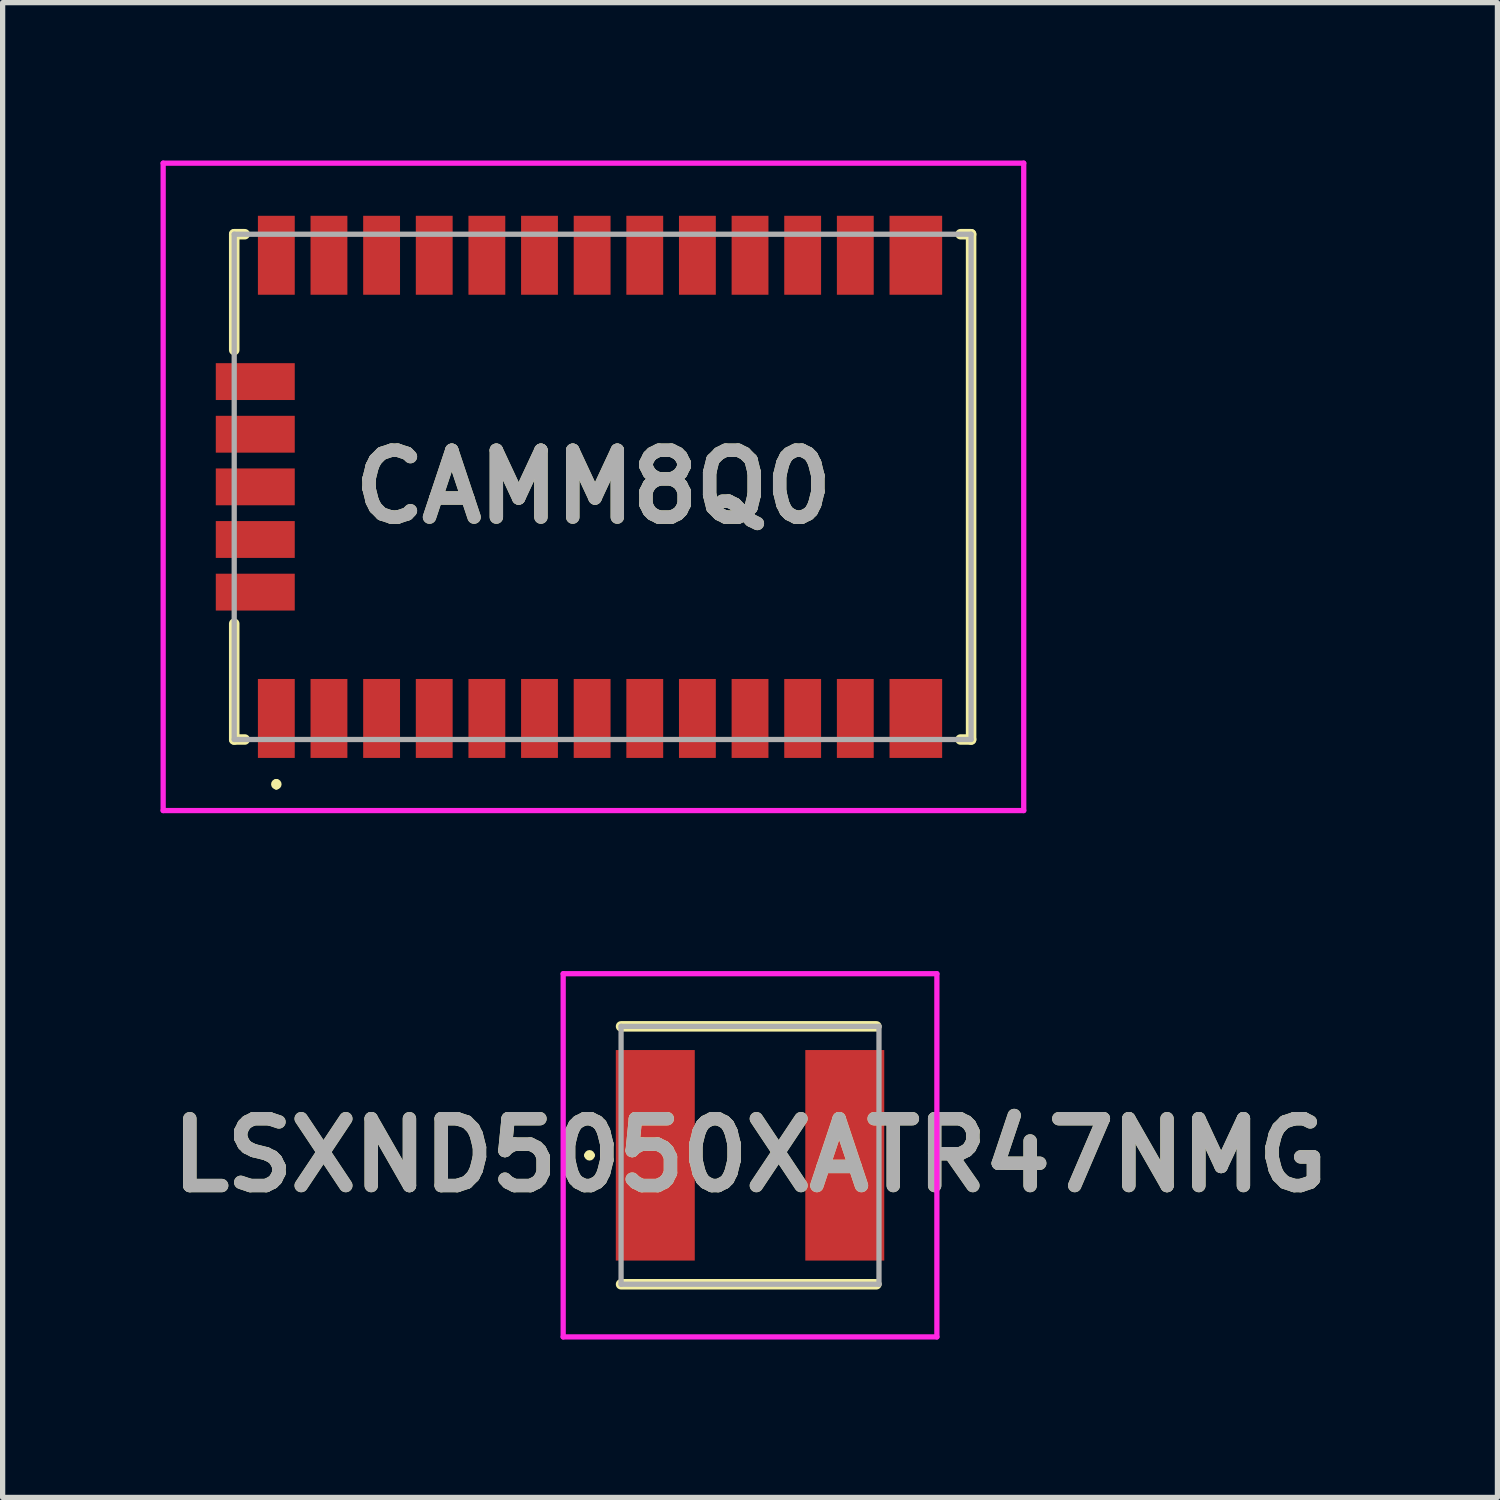
<source format=kicad_pcb>
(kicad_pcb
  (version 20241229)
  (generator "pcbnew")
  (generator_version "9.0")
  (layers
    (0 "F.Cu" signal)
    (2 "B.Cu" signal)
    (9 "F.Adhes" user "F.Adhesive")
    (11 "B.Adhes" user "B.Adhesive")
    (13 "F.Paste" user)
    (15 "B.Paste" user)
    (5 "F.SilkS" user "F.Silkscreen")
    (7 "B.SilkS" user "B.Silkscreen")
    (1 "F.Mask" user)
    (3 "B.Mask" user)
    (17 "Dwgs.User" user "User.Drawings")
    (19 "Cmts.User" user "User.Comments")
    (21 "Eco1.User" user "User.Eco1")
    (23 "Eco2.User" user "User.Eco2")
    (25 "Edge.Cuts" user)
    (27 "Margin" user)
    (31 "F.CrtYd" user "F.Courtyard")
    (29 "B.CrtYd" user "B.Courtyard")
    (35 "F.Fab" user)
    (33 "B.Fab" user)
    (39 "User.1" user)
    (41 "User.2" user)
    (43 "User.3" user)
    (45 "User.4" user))
  (footprint "CAMM8Q0"
    (layer "F.Cu")
    (at 8.4 6.2)
    (property "Reference" "CAMM8Q0" (at -0.175 0 0) (layer "F.SilkS") (effects (font (size 1.27 1.27) (thickness 0.254))))
    (attr smd)
    (fp_line (start -7 -4.8) (end -7 -2.6) (stroke (width 0.2) (type solid)) (layer "F.SilkS"))
    (fp_line (start -7 2.6) (end -7 4.8) (stroke (width 0.2) (type solid)) (layer "F.SilkS"))
    (fp_line (start -7 4.8) (end -6.8 4.8) (stroke (width 0.2) (type solid)) (layer "F.SilkS"))
    (fp_line (start -6.8 -4.8) (end -7 -4.8) (stroke (width 0.2) (type solid)) (layer "F.SilkS"))
    (fp_line (start -6.2 5.6) (end -6.2 5.6) (stroke (width 0.1) (type solid)) (layer "F.SilkS"))
    (fp_line (start -6.2 5.7) (end -6.2 5.7) (stroke (width 0.1) (type solid)) (layer "F.SilkS"))
    (fp_line (start 6.8 -4.8) (end 7 -4.8) (stroke (width 0.2) (type solid)) (layer "F.SilkS"))
    (fp_line (start 7 -4.8) (end 7 4.8) (stroke (width 0.2) (type solid)) (layer "F.SilkS"))
    (fp_line (start 7 4.8) (end 6.8 4.8) (stroke (width 0.2) (type solid)) (layer "F.SilkS"))
    (fp_arc (start -6.2 5.6) (mid -6.15 5.65) (end -6.2 5.7) (stroke (width 0.1) (type solid)) (layer "F.SilkS"))
    (fp_arc (start -6.2 5.7) (mid -6.25 5.65) (end -6.2 5.6) (stroke (width 0.1) (type solid)) (layer "F.SilkS"))
    (fp_line (start -8.35 -6.15) (end 8 -6.15) (stroke (width 0.1) (type solid)) (layer "F.CrtYd"))
    (fp_line (start -8.35 6.15) (end -8.35 -6.15) (stroke (width 0.1) (type solid)) (layer "F.CrtYd"))
    (fp_line (start 8 -6.15) (end 8 6.15) (stroke (width 0.1) (type solid)) (layer "F.CrtYd"))
    (fp_line (start 8 6.15) (end -8.35 6.15) (stroke (width 0.1) (type solid)) (layer "F.CrtYd"))
    (fp_line (start -7 -4.8) (end 7 -4.8) (stroke (width 0.1) (type solid)) (layer "F.Fab"))
    (fp_line (start -7 4.8) (end -7 -4.8) (stroke (width 0.1) (type solid)) (layer "F.Fab"))
    (fp_line (start 7 -4.8) (end 7 4.8) (stroke (width 0.1) (type solid)) (layer "F.Fab"))
    (fp_line (start 7 4.8) (end -7 4.8) (stroke (width 0.1) (type solid)) (layer "F.Fab"))
    (fp_text user "${REFERENCE}" (at -0.175 0 0) (layer "F.Fab") (effects (font (size 1.27 1.27) (thickness 0.254))))
    (pad "1" smd rect (at -6.2 4.4) (size 0.7 1.5) (layers "F.Cu" "F.Mask" "F.Paste"))
    (pad "2" smd rect (at -5.2 4.4) (size 0.7 1.5) (layers "F.Cu" "F.Mask" "F.Paste"))
    (pad "3" smd rect (at -4.2 4.4) (size 0.7 1.5) (layers "F.Cu" "F.Mask" "F.Paste"))
    (pad "4" smd rect (at -3.2 4.4) (size 0.7 1.5) (layers "F.Cu" "F.Mask" "F.Paste"))
    (pad "5" smd rect (at -2.2 4.4) (size 0.7 1.5) (layers "F.Cu" "F.Mask" "F.Paste"))
    (pad "6" smd rect (at -1.2 4.4) (size 0.7 1.5) (layers "F.Cu" "F.Mask" "F.Paste"))
    (pad "7" smd rect (at -0.2 4.4) (size 0.7 1.5) (layers "F.Cu" "F.Mask" "F.Paste"))
    (pad "8" smd rect (at 0.8 4.4) (size 0.7 1.5) (layers "F.Cu" "F.Mask" "F.Paste"))
    (pad "9" smd rect (at 1.8 4.4) (size 0.7 1.5) (layers "F.Cu" "F.Mask" "F.Paste"))
    (pad "10" smd rect (at 2.8 4.4) (size 0.7 1.5) (layers "F.Cu" "F.Mask" "F.Paste"))
    (pad "11" smd rect (at 3.8 4.4) (size 0.7 1.5) (layers "F.Cu" "F.Mask" "F.Paste"))
    (pad "12" smd rect (at 4.8 4.4) (size 0.7 1.5) (layers "F.Cu" "F.Mask" "F.Paste"))
    (pad "13" smd rect (at 5.95 4.4) (size 1 1.5) (layers "F.Cu" "F.Mask" "F.Paste"))
    (pad "14" smd rect (at 5.95 -4.4) (size 1 1.5) (layers "F.Cu" "F.Mask" "F.Paste"))
    (pad "15" smd rect (at 4.8 -4.4) (size 0.7 1.5) (layers "F.Cu" "F.Mask" "F.Paste"))
    (pad "16" smd rect (at 3.8 -4.4) (size 0.7 1.5) (layers "F.Cu" "F.Mask" "F.Paste"))
    (pad "17" smd rect (at 2.8 -4.4) (size 0.7 1.5) (layers "F.Cu" "F.Mask" "F.Paste"))
    (pad "18" smd rect (at 1.8 -4.4) (size 0.7 1.5) (layers "F.Cu" "F.Mask" "F.Paste"))
    (pad "19" smd rect (at 0.8 -4.4) (size 0.7 1.5) (layers "F.Cu" "F.Mask" "F.Paste"))
    (pad "20" smd rect (at -0.2 -4.4) (size 0.7 1.5) (layers "F.Cu" "F.Mask" "F.Paste"))
    (pad "21" smd rect (at -1.2 -4.4) (size 0.7 1.5) (layers "F.Cu" "F.Mask" "F.Paste"))
    (pad "22" smd rect (at -2.2 -4.4) (size 0.7 1.5) (layers "F.Cu" "F.Mask" "F.Paste"))
    (pad "23" smd rect (at -3.2 -4.4) (size 0.7 1.5) (layers "F.Cu" "F.Mask" "F.Paste"))
    (pad "24" smd rect (at -4.2 -4.4) (size 0.7 1.5) (layers "F.Cu" "F.Mask" "F.Paste"))
    (pad "25" smd rect (at -5.2 -4.4) (size 0.7 1.5) (layers "F.Cu" "F.Mask" "F.Paste"))
    (pad "26" smd rect (at -6.2 -4.4) (size 0.7 1.5) (layers "F.Cu" "F.Mask" "F.Paste"))
    (pad "27" smd rect (at -6.6 -2 90) (size 0.7 1.5) (layers "F.Cu" "F.Mask" "F.Paste"))
    (pad "28" smd rect (at -6.6 -1 90) (size 0.7 1.5) (layers "F.Cu" "F.Mask" "F.Paste"))
    (pad "29" smd rect (at -6.6 0 90) (size 0.7 1.5) (layers "F.Cu" "F.Mask" "F.Paste"))
    (pad "30" smd rect (at -6.6 1 90) (size 0.7 1.5) (layers "F.Cu" "F.Mask" "F.Paste"))
    (pad "31" smd rect (at -6.6 2 90) (size 0.7 1.5) (layers "F.Cu" "F.Mask" "F.Paste")))
  (footprint "LSXND5050XATR47NMG"
    (layer "F.Cu")
    (at 11.2 18.9)
    (property "Reference" "LSXND5050XATR47NMG" (at 0 0 0) (layer "F.SilkS") (effects (font (size 1.27 1.27) (thickness 0.254))))
    (attr smd)
    (fp_line (start -3.1 0) (end -3.1 0) (stroke (width 0.1) (type solid)) (layer "F.SilkS"))
    (fp_line (start -3 0) (end -3 0) (stroke (width 0.1) (type solid)) (layer "F.SilkS"))
    (fp_line (start -2.45 -2.45) (end 2.4 -2.45) (stroke (width 0.2) (type solid)) (layer "F.SilkS"))
    (fp_line (start -2.45 2.45) (end 2.4 2.45) (stroke (width 0.2) (type solid)) (layer "F.SilkS"))
    (fp_arc (start -3.1 0) (mid -3.05 -0.05) (end -3 0) (stroke (width 0.1) (type solid)) (layer "F.SilkS"))
    (fp_arc (start -3 0) (mid -3.05 0.05) (end -3.1 0) (stroke (width 0.1) (type solid)) (layer "F.SilkS"))
    (fp_line (start -3.55 -3.45) (end 3.55 -3.45) (stroke (width 0.1) (type solid)) (layer "F.CrtYd"))
    (fp_line (start -3.55 3.45) (end -3.55 -3.45) (stroke (width 0.1) (type solid)) (layer "F.CrtYd"))
    (fp_line (start 3.55 -3.45) (end 3.55 3.45) (stroke (width 0.1) (type solid)) (layer "F.CrtYd"))
    (fp_line (start 3.55 3.45) (end -3.55 3.45) (stroke (width 0.1) (type solid)) (layer "F.CrtYd"))
    (fp_line (start -2.45 -2.45) (end 2.45 -2.45) (stroke (width 0.1) (type solid)) (layer "F.Fab"))
    (fp_line (start -2.45 2.45) (end -2.45 -2.45) (stroke (width 0.1) (type solid)) (layer "F.Fab"))
    (fp_line (start 2.45 -2.45) (end 2.45 2.45) (stroke (width 0.1) (type solid)) (layer "F.Fab"))
    (fp_line (start 2.45 2.45) (end -2.45 2.45) (stroke (width 0.1) (type solid)) (layer "F.Fab"))
    (fp_text user "${REFERENCE}" (at 0 0 0) (layer "F.Fab") (effects (font (size 1.27 1.27) (thickness 0.254))))
    (pad "1" smd rect (at -1.8 0) (size 1.5 4) (layers "F.Cu" "F.Mask" "F.Paste"))
    (pad "2" smd rect (at 1.8 0) (size 1.5 4) (layers "F.Cu" "F.Mask" "F.Paste")))
  (gr_rect
    (start -3 -3)
    (end 25.4 25.4)
    (stroke (width 0.1) (type default))
    (fill no)
    (layer "Edge.Cuts")))
</source>
